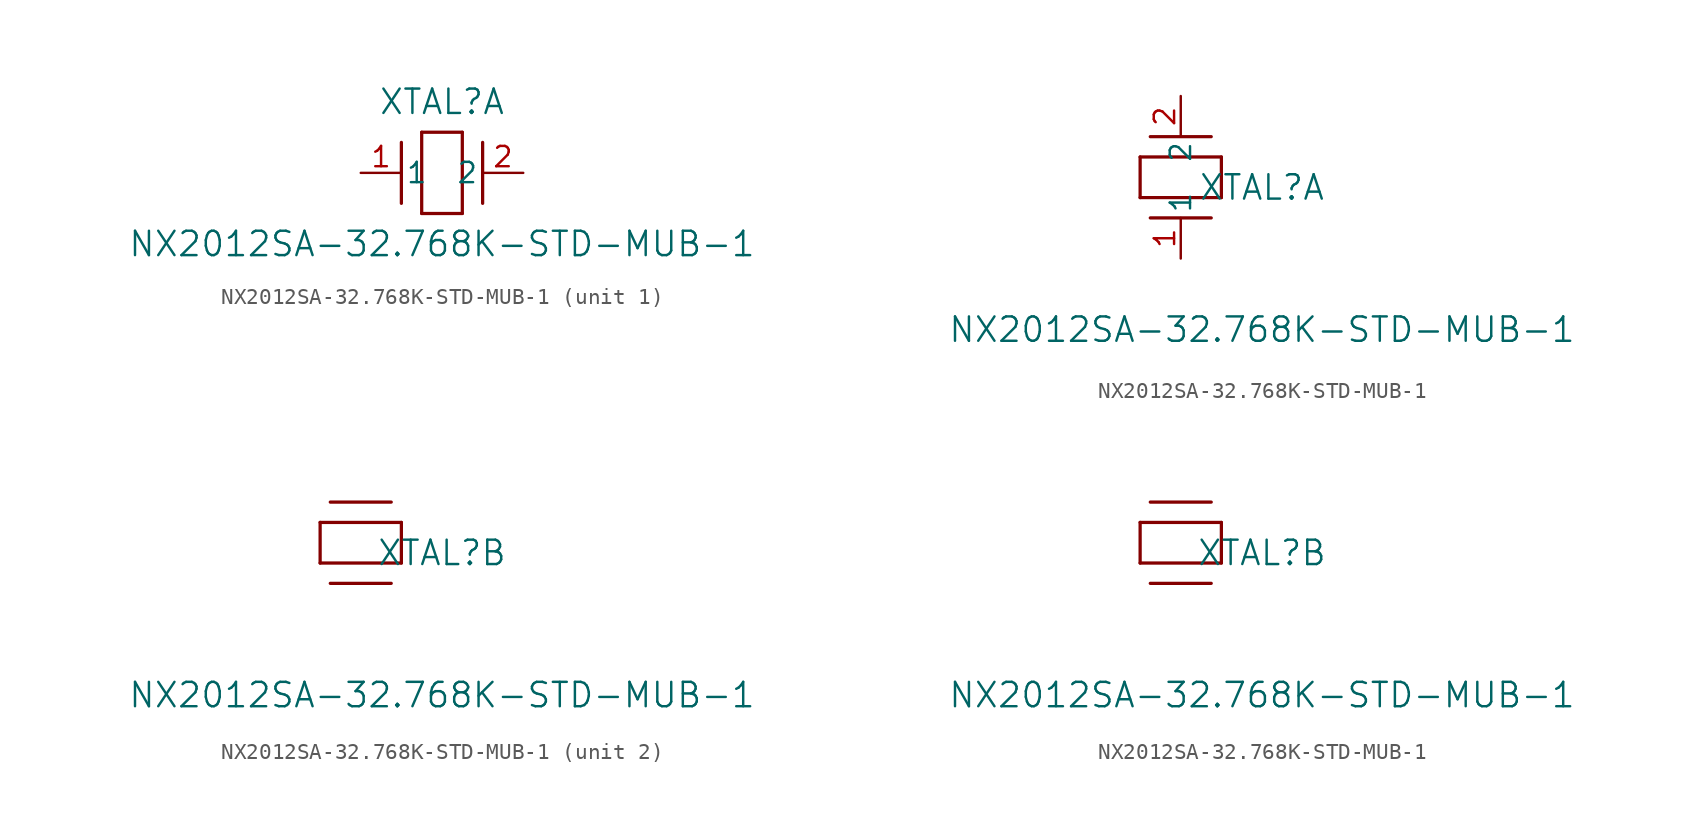
<source format=kicad_sym>
(kicad_symbol_lib
  (version 20211014)
  (generator kicad_symbol_editor)
  (symbol "NX2012SA-32.768K-STD-MUB-1"
    (pin_names
      (offset 0.254))
    (property "Reference" "XTAL"
      (at 5.08 4.445 0)
      (effects (font (size 1.524 1.524))))
    (property "Value" "NX2012SA-32.768K-STD-MUB-1"
      (at 5.08 -4.445 0)
      (effects (font (size 1.524 1.524))))
    (symbol "NX2012SA-32.768K-STD-MUB-1_1_1"
      (polyline (pts (xy 2.54 -1.905) (xy 2.54 1.905)) (stroke (width 0.203) (type default) (color 0 0 0 0)) (fill (type none)))
      (polyline (pts (xy 6.35 2.54) (xy 6.35 -2.54)) (stroke (width 0.203) (type default) (color 0 0 0 0)) (fill (type none)))
      (polyline (pts (xy 7.62 -1.905) (xy 7.62 1.905)) (stroke (width 0.203) (type default) (color 0 0 0 0)) (fill (type none)))
      (polyline (pts (xy 6.35 -2.54) (xy 3.81 -2.54)) (stroke (width 0.203) (type default) (color 0 0 0 0)) (fill (type none)))
      (polyline (pts (xy 3.81 2.54) (xy 6.35 2.54)) (stroke (width 0.203) (type default) (color 0 0 0 0)) (fill (type none)))
      (polyline (pts (xy 3.81 -2.54) (xy 3.81 2.54)) (stroke (width 0.203) (type default) (color 0 0 0 0)) (fill (type none)))
      (pin unspecified line (at 0 0 0) (length 2.54) (name "1" (effects (font (size 1.27 1.27)))) (number "1" (effects (font (size 1.27 1.27)))))
      (pin unspecified line (at 10.16 0 180) (length 2.54) (name "2" (effects (font (size 1.27 1.27)))) (number "2" (effects (font (size 1.27 1.27))))))
    (symbol "NX2012SA-32.768K-STD-MUB-1_1_2"
      (polyline (pts (xy 1.905 7.62) (xy -1.905 7.62)) (stroke (width 0.203) (type default) (color 0 0 0 0)) (fill (type none)))
      (polyline (pts (xy -2.54 3.81) (xy -2.54 6.35)) (stroke (width 0.203) (type default) (color 0 0 0 0)) (fill (type none)))
      (polyline (pts (xy 1.905 2.54) (xy -1.905 2.54)) (stroke (width 0.203) (type default) (color 0 0 0 0)) (fill (type none)))
      (polyline (pts (xy 2.54 6.35) (xy 2.54 3.81)) (stroke (width 0.203) (type default) (color 0 0 0 0)) (fill (type none)))
      (polyline (pts (xy -2.54 6.35) (xy 2.54 6.35)) (stroke (width 0.203) (type default) (color 0 0 0 0)) (fill (type none)))
      (polyline (pts (xy 2.54 3.81) (xy -2.54 3.81)) (stroke (width 0.203) (type default) (color 0 0 0 0)) (fill (type none)))
      (pin unspecified line (at 0 0 90) (length 2.54) (name "1" (effects (font (size 1.27 1.27)))) (number "1" (effects (font (size 1.27 1.27)))))
      (pin unspecified line (at 0 10.16 270) (length 2.54) (name "2" (effects (font (size 1.27 1.27)))) (number "2" (effects (font (size 1.27 1.27))))))
    (symbol "NX2012SA-32.768K-STD-MUB-1_2_1"
      (polyline (pts (xy 1.905 7.62) (xy -1.905 7.62)) (stroke (width 0.203) (type default) (color 0 0 0 0)) (fill (type none)))
      (polyline (pts (xy -2.54 3.81) (xy -2.54 6.35)) (stroke (width 0.203) (type default) (color 0 0 0 0)) (fill (type none)))
      (polyline (pts (xy 1.905 2.54) (xy -1.905 2.54)) (stroke (width 0.203) (type default) (color 0 0 0 0)) (fill (type none)))
      (polyline (pts (xy 2.54 6.35) (xy 2.54 3.81)) (stroke (width 0.203) (type default) (color 0 0 0 0)) (fill (type none)))
      (polyline (pts (xy -2.54 6.35) (xy 2.54 6.35)) (stroke (width 0.203) (type default) (color 0 0 0 0)) (fill (type none)))
      (polyline (pts (xy 2.54 3.81) (xy -2.54 3.81)) (stroke (width 0.203) (type default) (color 0 0 0 0)) (fill (type none))))
    (symbol "NX2012SA-32.768K-STD-MUB-1_2_2"
      (polyline (pts (xy 1.905 7.62) (xy -1.905 7.62)) (stroke (width 0.203) (type default) (color 0 0 0 0)) (fill (type none)))
      (polyline (pts (xy -2.54 3.81) (xy -2.54 6.35)) (stroke (width 0.203) (type default) (color 0 0 0 0)) (fill (type none)))
      (polyline (pts (xy 1.905 2.54) (xy -1.905 2.54)) (stroke (width 0.203) (type default) (color 0 0 0 0)) (fill (type none)))
      (polyline (pts (xy 2.54 6.35) (xy 2.54 3.81)) (stroke (width 0.203) (type default) (color 0 0 0 0)) (fill (type none)))
      (polyline (pts (xy -2.54 6.35) (xy 2.54 6.35)) (stroke (width 0.203) (type default) (color 0 0 0 0)) (fill (type none)))
      (polyline (pts (xy 2.54 3.81) (xy -2.54 3.81)) (stroke (width 0.203) (type default) (color 0 0 0 0)) (fill (type none))))))
</source>
